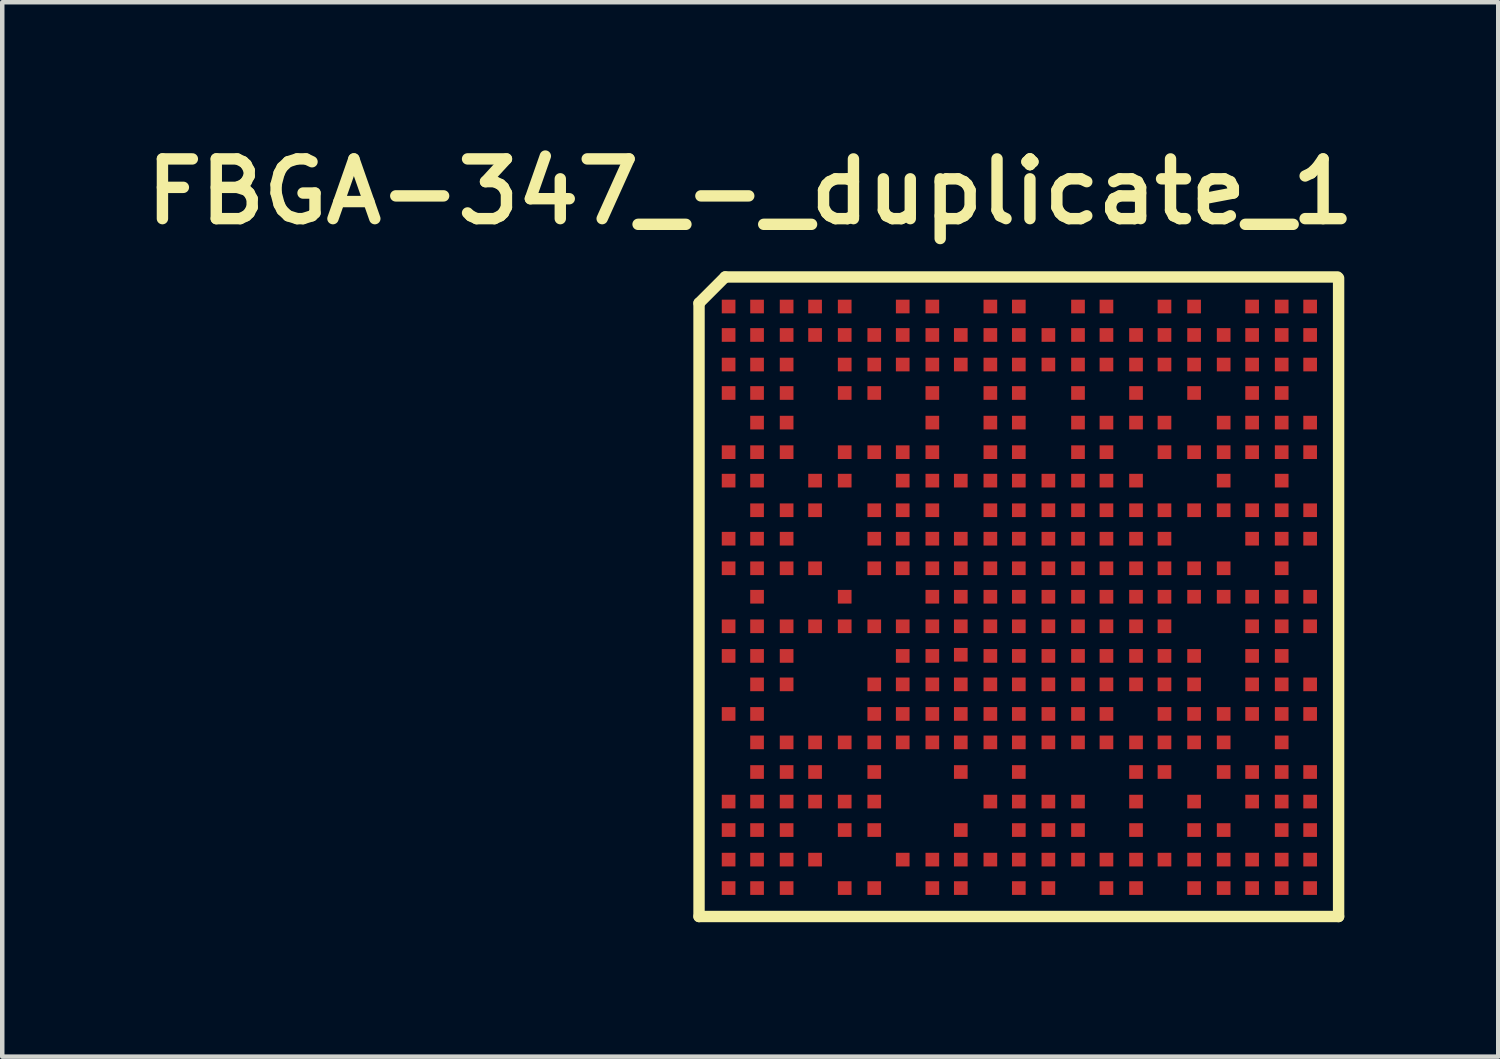
<source format=kicad_pcb>
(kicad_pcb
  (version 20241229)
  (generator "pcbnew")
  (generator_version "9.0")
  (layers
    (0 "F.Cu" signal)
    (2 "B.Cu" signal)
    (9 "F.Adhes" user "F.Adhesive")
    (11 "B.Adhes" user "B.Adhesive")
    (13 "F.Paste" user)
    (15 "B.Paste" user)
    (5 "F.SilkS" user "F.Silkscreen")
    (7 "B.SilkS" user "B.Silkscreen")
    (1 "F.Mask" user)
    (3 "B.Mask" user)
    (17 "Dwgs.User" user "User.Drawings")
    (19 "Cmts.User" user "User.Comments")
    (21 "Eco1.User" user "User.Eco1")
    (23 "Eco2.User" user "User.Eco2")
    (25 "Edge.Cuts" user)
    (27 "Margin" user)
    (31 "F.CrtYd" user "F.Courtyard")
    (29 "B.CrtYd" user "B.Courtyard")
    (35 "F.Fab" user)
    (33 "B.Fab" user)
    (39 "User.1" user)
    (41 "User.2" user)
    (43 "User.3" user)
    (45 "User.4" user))
  (footprint "FBGA-347_-_duplicate_1"
    (layer "F.Cu")
    (at 19.688 10.268)
    (property "Reference" "FBGA-347_-_duplicate_1" (at -5.994 -9.042 0) (unlocked yes) (layer "F.SilkS") (effects (font (size 1.333 1.402) (thickness 0.254))))
    (attr smd)
    (fp_line (start -7.137 -6.553) (end -6.553 -7.137) (stroke (width 0.254) (type solid)) (layer "F.SilkS"))
    (fp_line (start -7.137 7.137) (end -7.137 -6.553) (stroke (width 0.254) (type solid)) (layer "F.SilkS"))
    (fp_line (start -7.137 7.137) (end 7.137 7.137) (stroke (width 0.254) (type solid)) (layer "F.SilkS"))
    (fp_line (start -6.553 -7.137) (end 7.112 -7.137) (stroke (width 0.254) (type solid)) (layer "F.SilkS"))
    (fp_line (start 7.137 7.137) (end 7.137 -7.112) (stroke (width 0.254) (type solid)) (layer "F.SilkS"))
    (pad "A1" smd rect (at -6.477 -6.477) (size 0.305 0.305) (layers "F.Cu" "F.Mask" "F.Paste"))
    (pad "A2" smd rect (at -5.842 -6.477) (size 0.305 0.305) (layers "F.Cu" "F.Mask" "F.Paste"))
    (pad "A3" smd rect (at -5.182 -6.477) (size 0.305 0.305) (layers "F.Cu" "F.Mask" "F.Paste"))
    (pad "A4" smd rect (at -4.547 -6.477) (size 0.305 0.305) (layers "F.Cu" "F.Mask" "F.Paste"))
    (pad "A5" smd rect (at -3.886 -6.477) (size 0.305 0.305) (layers "F.Cu" "F.Mask" "F.Paste"))
    (pad "A7" smd rect (at -2.591 -6.477) (size 0.305 0.305) (layers "F.Cu" "F.Mask" "F.Paste"))
    (pad "A8" smd rect (at -1.93 -6.477) (size 0.305 0.305) (layers "F.Cu" "F.Mask" "F.Paste"))
    (pad "A10" smd rect (at -0.635 -6.477) (size 0.305 0.305) (layers "F.Cu" "F.Mask" "F.Paste"))
    (pad "A11" smd rect (at 0 -6.477) (size 0.305 0.305) (layers "F.Cu" "F.Mask" "F.Paste"))
    (pad "A13" smd rect (at 1.321 -6.477) (size 0.305 0.305) (layers "F.Cu" "F.Mask" "F.Paste"))
    (pad "A14" smd rect (at 1.956 -6.477) (size 0.305 0.305) (layers "F.Cu" "F.Mask" "F.Paste"))
    (pad "A16" smd rect (at 3.251 -6.477) (size 0.305 0.305) (layers "F.Cu" "F.Mask" "F.Paste"))
    (pad "A17" smd rect (at 3.912 -6.477) (size 0.305 0.305) (layers "F.Cu" "F.Mask" "F.Paste"))
    (pad "A19" smd rect (at 5.207 -6.477) (size 0.305 0.305) (layers "F.Cu" "F.Mask" "F.Paste"))
    (pad "A20" smd rect (at 5.867 -6.477) (size 0.305 0.305) (layers "F.Cu" "F.Mask" "F.Paste"))
    (pad "A21" smd rect (at 6.502 -6.477) (size 0.305 0.305) (layers "F.Cu" "F.Mask" "F.Paste"))
    (pad "AA1" smd rect (at -6.477 6.502) (size 0.305 0.305) (layers "F.Cu" "F.Mask" "F.Paste"))
    (pad "AA2" smd rect (at -5.842 6.502) (size 0.305 0.305) (layers "F.Cu" "F.Mask" "F.Paste"))
    (pad "AA3" smd rect (at -5.182 6.502) (size 0.305 0.305) (layers "F.Cu" "F.Mask" "F.Paste"))
    (pad "AA5" smd rect (at -3.886 6.502) (size 0.305 0.305) (layers "F.Cu" "F.Mask" "F.Paste"))
    (pad "AA6" smd rect (at -3.226 6.502) (size 0.305 0.305) (layers "F.Cu" "F.Mask" "F.Paste"))
    (pad "AA8" smd rect (at -1.93 6.502) (size 0.305 0.305) (layers "F.Cu" "F.Mask" "F.Paste"))
    (pad "AA9" smd rect (at -1.295 6.502) (size 0.305 0.305) (layers "F.Cu" "F.Mask" "F.Paste"))
    (pad "AA11" smd rect (at 0 6.502) (size 0.305 0.305) (layers "F.Cu" "F.Mask" "F.Paste"))
    (pad "AA12" smd rect (at 0.66 6.502) (size 0.305 0.305) (layers "F.Cu" "F.Mask" "F.Paste"))
    (pad "AA14" smd rect (at 1.956 6.502) (size 0.305 0.305) (layers "F.Cu" "F.Mask" "F.Paste"))
    (pad "AA15" smd rect (at 2.616 6.502) (size 0.305 0.305) (layers "F.Cu" "F.Mask" "F.Paste"))
    (pad "AA17" smd rect (at 3.912 6.502) (size 0.305 0.305) (layers "F.Cu" "F.Mask" "F.Paste"))
    (pad "AA18" smd rect (at 4.572 6.502) (size 0.305 0.305) (layers "F.Cu" "F.Mask" "F.Paste"))
    (pad "AA19" smd rect (at 5.207 6.502) (size 0.305 0.305) (layers "F.Cu" "F.Mask" "F.Paste"))
    (pad "AA20" smd rect (at 5.867 6.502) (size 0.305 0.305) (layers "F.Cu" "F.Mask" "F.Paste"))
    (pad "AA21" smd rect (at 6.502 6.502) (size 0.305 0.305) (layers "F.Cu" "F.Mask" "F.Paste"))
    (pad "B1" smd rect (at -6.477 -5.842) (size 0.305 0.305) (layers "F.Cu" "F.Mask" "F.Paste"))
    (pad "B2" smd rect (at -5.842 -5.842) (size 0.305 0.305) (layers "F.Cu" "F.Mask" "F.Paste"))
    (pad "B3" smd rect (at -5.182 -5.842) (size 0.305 0.305) (layers "F.Cu" "F.Mask" "F.Paste"))
    (pad "B4" smd rect (at -4.547 -5.842) (size 0.305 0.305) (layers "F.Cu" "F.Mask" "F.Paste"))
    (pad "B5" smd rect (at -3.886 -5.842) (size 0.305 0.305) (layers "F.Cu" "F.Mask" "F.Paste"))
    (pad "B6" smd rect (at -3.226 -5.842) (size 0.305 0.305) (layers "F.Cu" "F.Mask" "F.Paste"))
    (pad "B7" smd rect (at -2.591 -5.842) (size 0.305 0.305) (layers "F.Cu" "F.Mask" "F.Paste"))
    (pad "B8" smd rect (at -1.93 -5.842) (size 0.305 0.305) (layers "F.Cu" "F.Mask" "F.Paste"))
    (pad "B9" smd rect (at -1.295 -5.842) (size 0.305 0.305) (layers "F.Cu" "F.Mask" "F.Paste"))
    (pad "B10" smd rect (at -0.635 -5.842) (size 0.305 0.305) (layers "F.Cu" "F.Mask" "F.Paste"))
    (pad "B11" smd rect (at 0 -5.842) (size 0.305 0.305) (layers "F.Cu" "F.Mask" "F.Paste"))
    (pad "B12" smd rect (at 0.66 -5.842) (size 0.305 0.305) (layers "F.Cu" "F.Mask" "F.Paste"))
    (pad "B13" smd rect (at 1.321 -5.842) (size 0.305 0.305) (layers "F.Cu" "F.Mask" "F.Paste"))
    (pad "B14" smd rect (at 1.956 -5.842) (size 0.305 0.305) (layers "F.Cu" "F.Mask" "F.Paste"))
    (pad "B15" smd rect (at 2.616 -5.842) (size 0.305 0.305) (layers "F.Cu" "F.Mask" "F.Paste"))
    (pad "B16" smd rect (at 3.251 -5.842) (size 0.305 0.305) (layers "F.Cu" "F.Mask" "F.Paste"))
    (pad "B17" smd rect (at 3.912 -5.842) (size 0.305 0.305) (layers "F.Cu" "F.Mask" "F.Paste"))
    (pad "B18" smd rect (at 4.572 -5.842) (size 0.305 0.305) (layers "F.Cu" "F.Mask" "F.Paste"))
    (pad "B19" smd rect (at 5.207 -5.842) (size 0.305 0.305) (layers "F.Cu" "F.Mask" "F.Paste"))
    (pad "B20" smd rect (at 5.867 -5.842) (size 0.305 0.305) (layers "F.Cu" "F.Mask" "F.Paste"))
    (pad "B21" smd rect (at 6.502 -5.842) (size 0.305 0.305) (layers "F.Cu" "F.Mask" "F.Paste"))
    (pad "C1" smd rect (at -6.477 -5.182) (size 0.305 0.305) (layers "F.Cu" "F.Mask" "F.Paste"))
    (pad "C2" smd rect (at -5.842 -5.182) (size 0.305 0.305) (layers "F.Cu" "F.Mask" "F.Paste"))
    (pad "C3" smd rect (at -5.182 -5.182) (size 0.305 0.305) (layers "F.Cu" "F.Mask" "F.Paste"))
    (pad "C5" smd rect (at -3.886 -5.182) (size 0.305 0.305) (layers "F.Cu" "F.Mask" "F.Paste"))
    (pad "C6" smd rect (at -3.226 -5.182) (size 0.305 0.305) (layers "F.Cu" "F.Mask" "F.Paste"))
    (pad "C7" smd rect (at -2.591 -5.182) (size 0.305 0.305) (layers "F.Cu" "F.Mask" "F.Paste"))
    (pad "C8" smd rect (at -1.93 -5.182) (size 0.305 0.305) (layers "F.Cu" "F.Mask" "F.Paste"))
    (pad "C9" smd rect (at -1.295 -5.182) (size 0.305 0.305) (layers "F.Cu" "F.Mask" "F.Paste"))
    (pad "C10" smd rect (at -0.635 -5.182) (size 0.305 0.305) (layers "F.Cu" "F.Mask" "F.Paste"))
    (pad "C11" smd rect (at 0 -5.182) (size 0.305 0.305) (layers "F.Cu" "F.Mask" "F.Paste"))
    (pad "C12" smd rect (at 0.66 -5.182) (size 0.305 0.305) (layers "F.Cu" "F.Mask" "F.Paste"))
    (pad "C13" smd rect (at 1.321 -5.182) (size 0.305 0.305) (layers "F.Cu" "F.Mask" "F.Paste"))
    (pad "C14" smd rect (at 1.956 -5.182) (size 0.305 0.305) (layers "F.Cu" "F.Mask" "F.Paste"))
    (pad "C15" smd rect (at 2.616 -5.182) (size 0.305 0.305) (layers "F.Cu" "F.Mask" "F.Paste"))
    (pad "C16" smd rect (at 3.251 -5.182) (size 0.305 0.305) (layers "F.Cu" "F.Mask" "F.Paste"))
    (pad "C17" smd rect (at 3.912 -5.182) (size 0.305 0.305) (layers "F.Cu" "F.Mask" "F.Paste"))
    (pad "C18" smd rect (at 4.572 -5.182) (size 0.305 0.305) (layers "F.Cu" "F.Mask" "F.Paste"))
    (pad "C19" smd rect (at 5.207 -5.182) (size 0.305 0.305) (layers "F.Cu" "F.Mask" "F.Paste"))
    (pad "C20" smd rect (at 5.867 -5.182) (size 0.305 0.305) (layers "F.Cu" "F.Mask" "F.Paste"))
    (pad "C21" smd rect (at 6.502 -5.182) (size 0.305 0.305) (layers "F.Cu" "F.Mask" "F.Paste"))
    (pad "D1" smd rect (at -6.477 -4.547) (size 0.305 0.305) (layers "F.Cu" "F.Mask" "F.Paste"))
    (pad "D2" smd rect (at -5.842 -4.547) (size 0.305 0.305) (layers "F.Cu" "F.Mask" "F.Paste"))
    (pad "D3" smd rect (at -5.182 -4.547) (size 0.305 0.305) (layers "F.Cu" "F.Mask" "F.Paste"))
    (pad "D5" smd rect (at -3.886 -4.547) (size 0.305 0.305) (layers "F.Cu" "F.Mask" "F.Paste"))
    (pad "D6" smd rect (at -3.226 -4.547) (size 0.305 0.305) (layers "F.Cu" "F.Mask" "F.Paste"))
    (pad "D8" smd rect (at -1.93 -4.547) (size 0.305 0.305) (layers "F.Cu" "F.Mask" "F.Paste"))
    (pad "D10" smd rect (at -0.635 -4.547) (size 0.305 0.305) (layers "F.Cu" "F.Mask" "F.Paste"))
    (pad "D11" smd rect (at 0 -4.547) (size 0.305 0.305) (layers "F.Cu" "F.Mask" "F.Paste"))
    (pad "D13" smd rect (at 1.321 -4.547) (size 0.305 0.305) (layers "F.Cu" "F.Mask" "F.Paste"))
    (pad "D15" smd rect (at 2.616 -4.547) (size 0.305 0.305) (layers "F.Cu" "F.Mask" "F.Paste"))
    (pad "D17" smd rect (at 3.912 -4.547) (size 0.305 0.305) (layers "F.Cu" "F.Mask" "F.Paste"))
    (pad "D19" smd rect (at 5.207 -4.547) (size 0.305 0.305) (layers "F.Cu" "F.Mask" "F.Paste"))
    (pad "D20" smd rect (at 5.867 -4.547) (size 0.305 0.305) (layers "F.Cu" "F.Mask" "F.Paste"))
    (pad "E2" smd rect (at -5.842 -3.886) (size 0.305 0.305) (layers "F.Cu" "F.Mask" "F.Paste"))
    (pad "E3" smd rect (at -5.182 -3.886) (size 0.305 0.305) (layers "F.Cu" "F.Mask" "F.Paste"))
    (pad "E8" smd rect (at -1.93 -3.886) (size 0.305 0.305) (layers "F.Cu" "F.Mask" "F.Paste"))
    (pad "E10" smd rect (at -0.635 -3.886) (size 0.305 0.305) (layers "F.Cu" "F.Mask" "F.Paste"))
    (pad "E11" smd rect (at 0 -3.886) (size 0.305 0.305) (layers "F.Cu" "F.Mask" "F.Paste"))
    (pad "E13" smd rect (at 1.321 -3.886) (size 0.305 0.305) (layers "F.Cu" "F.Mask" "F.Paste"))
    (pad "E14" smd rect (at 1.956 -3.886) (size 0.305 0.305) (layers "F.Cu" "F.Mask" "F.Paste"))
    (pad "E15" smd rect (at 2.616 -3.886) (size 0.305 0.305) (layers "F.Cu" "F.Mask" "F.Paste"))
    (pad "E16" smd rect (at 3.251 -3.886) (size 0.305 0.305) (layers "F.Cu" "F.Mask" "F.Paste"))
    (pad "E18" smd rect (at 4.572 -3.886) (size 0.305 0.305) (layers "F.Cu" "F.Mask" "F.Paste"))
    (pad "E19" smd rect (at 5.207 -3.886) (size 0.305 0.305) (layers "F.Cu" "F.Mask" "F.Paste"))
    (pad "E20" smd rect (at 5.867 -3.886) (size 0.305 0.305) (layers "F.Cu" "F.Mask" "F.Paste"))
    (pad "E21" smd rect (at 6.502 -3.886) (size 0.305 0.305) (layers "F.Cu" "F.Mask" "F.Paste"))
    (pad "F1" smd rect (at -6.477 -3.226) (size 0.305 0.305) (layers "F.Cu" "F.Mask" "F.Paste"))
    (pad "F2" smd rect (at -5.842 -3.226) (size 0.305 0.305) (layers "F.Cu" "F.Mask" "F.Paste"))
    (pad "F3" smd rect (at -5.182 -3.226) (size 0.305 0.305) (layers "F.Cu" "F.Mask" "F.Paste"))
    (pad "F5" smd rect (at -3.886 -3.226) (size 0.305 0.305) (layers "F.Cu" "F.Mask" "F.Paste"))
    (pad "F6" smd rect (at -3.226 -3.226) (size 0.305 0.305) (layers "F.Cu" "F.Mask" "F.Paste"))
    (pad "F7" smd rect (at -2.591 -3.226) (size 0.305 0.305) (layers "F.Cu" "F.Mask" "F.Paste"))
    (pad "F8" smd rect (at -1.93 -3.226) (size 0.305 0.305) (layers "F.Cu" "F.Mask" "F.Paste"))
    (pad "F10" smd rect (at -0.635 -3.226) (size 0.305 0.305) (layers "F.Cu" "F.Mask" "F.Paste"))
    (pad "F11" smd rect (at 0 -3.226) (size 0.305 0.305) (layers "F.Cu" "F.Mask" "F.Paste"))
    (pad "F13" smd rect (at 1.321 -3.226) (size 0.305 0.305) (layers "F.Cu" "F.Mask" "F.Paste"))
    (pad "F14" smd rect (at 1.956 -3.226) (size 0.305 0.305) (layers "F.Cu" "F.Mask" "F.Paste"))
    (pad "F16" smd rect (at 3.251 -3.226) (size 0.305 0.305) (layers "F.Cu" "F.Mask" "F.Paste"))
    (pad "F17" smd rect (at 3.912 -3.226) (size 0.305 0.305) (layers "F.Cu" "F.Mask" "F.Paste"))
    (pad "F18" smd rect (at 4.572 -3.226) (size 0.305 0.305) (layers "F.Cu" "F.Mask" "F.Paste"))
    (pad "F19" smd rect (at 5.207 -3.226) (size 0.305 0.305) (layers "F.Cu" "F.Mask" "F.Paste"))
    (pad "F20" smd rect (at 5.867 -3.226) (size 0.305 0.305) (layers "F.Cu" "F.Mask" "F.Paste"))
    (pad "F21" smd rect (at 6.502 -3.226) (size 0.305 0.305) (layers "F.Cu" "F.Mask" "F.Paste"))
    (pad "G1" smd rect (at -6.477 -2.591) (size 0.305 0.305) (layers "F.Cu" "F.Mask" "F.Paste"))
    (pad "G2" smd rect (at -5.842 -2.591) (size 0.305 0.305) (layers "F.Cu" "F.Mask" "F.Paste"))
    (pad "G4" smd rect (at -4.547 -2.591) (size 0.305 0.305) (layers "F.Cu" "F.Mask" "F.Paste"))
    (pad "G5" smd rect (at -3.886 -2.591) (size 0.305 0.305) (layers "F.Cu" "F.Mask" "F.Paste"))
    (pad "G7" smd rect (at -2.591 -2.591) (size 0.305 0.305) (layers "F.Cu" "F.Mask" "F.Paste"))
    (pad "G8" smd rect (at -1.93 -2.591) (size 0.305 0.305) (layers "F.Cu" "F.Mask" "F.Paste"))
    (pad "G9" smd rect (at -1.295 -2.591) (size 0.305 0.305) (layers "F.Cu" "F.Mask" "F.Paste"))
    (pad "G10" smd rect (at -0.635 -2.591) (size 0.305 0.305) (layers "F.Cu" "F.Mask" "F.Paste"))
    (pad "G11" smd rect (at 0 -2.591) (size 0.305 0.305) (layers "F.Cu" "F.Mask" "F.Paste"))
    (pad "G12" smd rect (at 0.66 -2.591) (size 0.305 0.305) (layers "F.Cu" "F.Mask" "F.Paste"))
    (pad "G13" smd rect (at 1.321 -2.591) (size 0.305 0.305) (layers "F.Cu" "F.Mask" "F.Paste"))
    (pad "G14" smd rect (at 1.956 -2.591) (size 0.305 0.305) (layers "F.Cu" "F.Mask" "F.Paste"))
    (pad "G15" smd rect (at 2.616 -2.591) (size 0.305 0.305) (layers "F.Cu" "F.Mask" "F.Paste"))
    (pad "G18" smd rect (at 4.572 -2.591) (size 0.305 0.305) (layers "F.Cu" "F.Mask" "F.Paste"))
    (pad "G20" smd rect (at 5.867 -2.591) (size 0.305 0.305) (layers "F.Cu" "F.Mask" "F.Paste"))
    (pad "H2" smd rect (at -5.842 -1.93) (size 0.305 0.305) (layers "F.Cu" "F.Mask" "F.Paste"))
    (pad "H3" smd rect (at -5.182 -1.93) (size 0.305 0.305) (layers "F.Cu" "F.Mask" "F.Paste"))
    (pad "H4" smd rect (at -4.547 -1.93) (size 0.305 0.305) (layers "F.Cu" "F.Mask" "F.Paste"))
    (pad "H6" smd rect (at -3.226 -1.93) (size 0.305 0.305) (layers "F.Cu" "F.Mask" "F.Paste"))
    (pad "H7" smd rect (at -2.591 -1.93) (size 0.305 0.305) (layers "F.Cu" "F.Mask" "F.Paste"))
    (pad "H8" smd rect (at -1.93 -1.93) (size 0.305 0.305) (layers "F.Cu" "F.Mask" "F.Paste"))
    (pad "H10" smd rect (at -0.635 -1.93) (size 0.305 0.305) (layers "F.Cu" "F.Mask" "F.Paste"))
    (pad "H11" smd rect (at 0 -1.93) (size 0.305 0.305) (layers "F.Cu" "F.Mask" "F.Paste"))
    (pad "H12" smd rect (at 0.66 -1.93) (size 0.305 0.305) (layers "F.Cu" "F.Mask" "F.Paste"))
    (pad "H13" smd rect (at 1.321 -1.93) (size 0.305 0.305) (layers "F.Cu" "F.Mask" "F.Paste"))
    (pad "H14" smd rect (at 1.956 -1.93) (size 0.305 0.305) (layers "F.Cu" "F.Mask" "F.Paste"))
    (pad "H15" smd rect (at 2.616 -1.93) (size 0.305 0.305) (layers "F.Cu" "F.Mask" "F.Paste"))
    (pad "H16" smd rect (at 3.251 -1.93) (size 0.305 0.305) (layers "F.Cu" "F.Mask" "F.Paste"))
    (pad "H17" smd rect (at 3.912 -1.93) (size 0.305 0.305) (layers "F.Cu" "F.Mask" "F.Paste"))
    (pad "H18" smd rect (at 4.572 -1.93) (size 0.305 0.305) (layers "F.Cu" "F.Mask" "F.Paste"))
    (pad "H19" smd rect (at 5.207 -1.93) (size 0.305 0.305) (layers "F.Cu" "F.Mask" "F.Paste"))
    (pad "H20" smd rect (at 5.867 -1.93) (size 0.305 0.305) (layers "F.Cu" "F.Mask" "F.Paste"))
    (pad "H21" smd rect (at 6.502 -1.93) (size 0.305 0.305) (layers "F.Cu" "F.Mask" "F.Paste"))
    (pad "J1" smd rect (at -6.477 -1.295) (size 0.305 0.305) (layers "F.Cu" "F.Mask" "F.Paste"))
    (pad "J2" smd rect (at -5.842 -1.295) (size 0.305 0.305) (layers "F.Cu" "F.Mask" "F.Paste"))
    (pad "J3" smd rect (at -5.182 -1.295) (size 0.305 0.305) (layers "F.Cu" "F.Mask" "F.Paste"))
    (pad "J6" smd rect (at -3.226 -1.295) (size 0.305 0.305) (layers "F.Cu" "F.Mask" "F.Paste"))
    (pad "J7" smd rect (at -2.591 -1.295) (size 0.305 0.305) (layers "F.Cu" "F.Mask" "F.Paste"))
    (pad "J8" smd rect (at -1.93 -1.295) (size 0.305 0.305) (layers "F.Cu" "F.Mask" "F.Paste"))
    (pad "J9" smd rect (at -1.295 -1.295) (size 0.305 0.305) (layers "F.Cu" "F.Mask" "F.Paste"))
    (pad "J10" smd rect (at -0.635 -1.295) (size 0.305 0.305) (layers "F.Cu" "F.Mask" "F.Paste"))
    (pad "J11" smd rect (at 0 -1.295) (size 0.305 0.305) (layers "F.Cu" "F.Mask" "F.Paste"))
    (pad "J12" smd rect (at 0.66 -1.295) (size 0.305 0.305) (layers "F.Cu" "F.Mask" "F.Paste"))
    (pad "J13" smd rect (at 1.321 -1.295) (size 0.305 0.305) (layers "F.Cu" "F.Mask" "F.Paste"))
    (pad "J14" smd rect (at 1.956 -1.295) (size 0.305 0.305) (layers "F.Cu" "F.Mask" "F.Paste"))
    (pad "J15" smd rect (at 2.616 -1.295) (size 0.305 0.305) (layers "F.Cu" "F.Mask" "F.Paste"))
    (pad "J16" smd rect (at 3.251 -1.295) (size 0.305 0.305) (layers "F.Cu" "F.Mask" "F.Paste"))
    (pad "J19" smd rect (at 5.207 -1.295) (size 0.305 0.305) (layers "F.Cu" "F.Mask" "F.Paste"))
    (pad "J20" smd rect (at 5.867 -1.295) (size 0.305 0.305) (layers "F.Cu" "F.Mask" "F.Paste"))
    (pad "J21" smd rect (at 6.502 -1.295) (size 0.305 0.305) (layers "F.Cu" "F.Mask" "F.Paste"))
    (pad "K1" smd rect (at -6.477 -0.635) (size 0.305 0.305) (layers "F.Cu" "F.Mask" "F.Paste"))
    (pad "K2" smd rect (at -5.842 -0.635) (size 0.305 0.305) (layers "F.Cu" "F.Mask" "F.Paste"))
    (pad "K3" smd rect (at -5.182 -0.635) (size 0.305 0.305) (layers "F.Cu" "F.Mask" "F.Paste"))
    (pad "K4" smd rect (at -4.547 -0.635) (size 0.305 0.305) (layers "F.Cu" "F.Mask" "F.Paste"))
    (pad "K6" smd rect (at -3.226 -0.635) (size 0.305 0.305) (layers "F.Cu" "F.Mask" "F.Paste"))
    (pad "K7" smd rect (at -2.591 -0.635) (size 0.305 0.305) (layers "F.Cu" "F.Mask" "F.Paste"))
    (pad "K8" smd rect (at -1.93 -0.635) (size 0.305 0.305) (layers "F.Cu" "F.Mask" "F.Paste"))
    (pad "K9" smd rect (at -1.295 -0.635) (size 0.305 0.305) (layers "F.Cu" "F.Mask" "F.Paste"))
    (pad "K10" smd rect (at -0.635 -0.635) (size 0.305 0.305) (layers "F.Cu" "F.Mask" "F.Paste"))
    (pad "K11" smd rect (at 0 -0.635) (size 0.305 0.305) (layers "F.Cu" "F.Mask" "F.Paste"))
    (pad "K12" smd rect (at 0.66 -0.635) (size 0.305 0.305) (layers "F.Cu" "F.Mask" "F.Paste"))
    (pad "K13" smd rect (at 1.321 -0.635) (size 0.305 0.305) (layers "F.Cu" "F.Mask" "F.Paste"))
    (pad "K14" smd rect (at 1.956 -0.635) (size 0.305 0.305) (layers "F.Cu" "F.Mask" "F.Paste"))
    (pad "K15" smd rect (at 2.616 -0.635) (size 0.305 0.305) (layers "F.Cu" "F.Mask" "F.Paste"))
    (pad "K16" smd rect (at 3.251 -0.635) (size 0.305 0.305) (layers "F.Cu" "F.Mask" "F.Paste"))
    (pad "K17" smd rect (at 3.912 -0.635) (size 0.305 0.305) (layers "F.Cu" "F.Mask" "F.Paste"))
    (pad "K18" smd rect (at 4.572 -0.635) (size 0.305 0.305) (layers "F.Cu" "F.Mask" "F.Paste"))
    (pad "K20" smd rect (at 5.867 -0.635) (size 0.305 0.305) (layers "F.Cu" "F.Mask" "F.Paste"))
    (pad "L2" smd rect (at -5.842 0) (size 0.305 0.305) (layers "F.Cu" "F.Mask" "F.Paste"))
    (pad "L5" smd rect (at -3.886 0) (size 0.305 0.305) (layers "F.Cu" "F.Mask" "F.Paste"))
    (pad "L8" smd rect (at -1.93 0) (size 0.305 0.305) (layers "F.Cu" "F.Mask" "F.Paste"))
    (pad "L9" smd rect (at -1.295 0) (size 0.305 0.305) (layers "F.Cu" "F.Mask" "F.Paste"))
    (pad "L10" smd rect (at -0.635 0) (size 0.305 0.305) (layers "F.Cu" "F.Mask" "F.Paste"))
    (pad "L11" smd rect (at 0 0) (size 0.305 0.305) (layers "F.Cu" "F.Mask" "F.Paste"))
    (pad "L12" smd rect (at 0.66 0) (size 0.305 0.305) (layers "F.Cu" "F.Mask" "F.Paste"))
    (pad "L13" smd rect (at 1.321 0) (size 0.305 0.305) (layers "F.Cu" "F.Mask" "F.Paste"))
    (pad "L14" smd rect (at 1.956 0) (size 0.305 0.305) (layers "F.Cu" "F.Mask" "F.Paste"))
    (pad "L15" smd rect (at 2.616 0) (size 0.305 0.305) (layers "F.Cu" "F.Mask" "F.Paste"))
    (pad "L16" smd rect (at 3.251 0) (size 0.305 0.305) (layers "F.Cu" "F.Mask" "F.Paste"))
    (pad "L17" smd rect (at 3.912 0) (size 0.305 0.305) (layers "F.Cu" "F.Mask" "F.Paste"))
    (pad "L18" smd rect (at 4.572 0) (size 0.305 0.305) (layers "F.Cu" "F.Mask" "F.Paste"))
    (pad "L19" smd rect (at 5.207 0) (size 0.305 0.305) (layers "F.Cu" "F.Mask" "F.Paste"))
    (pad "L20" smd rect (at 5.867 0) (size 0.305 0.305) (layers "F.Cu" "F.Mask" "F.Paste"))
    (pad "L21" smd rect (at 6.502 0) (size 0.305 0.305) (layers "F.Cu" "F.Mask" "F.Paste"))
    (pad "M1" smd rect (at -6.477 0.66) (size 0.305 0.305) (layers "F.Cu" "F.Mask" "F.Paste"))
    (pad "M2" smd rect (at -5.842 0.66) (size 0.305 0.305) (layers "F.Cu" "F.Mask" "F.Paste"))
    (pad "M3" smd rect (at -5.182 0.66) (size 0.305 0.305) (layers "F.Cu" "F.Mask" "F.Paste"))
    (pad "M4" smd rect (at -4.547 0.66) (size 0.305 0.305) (layers "F.Cu" "F.Mask" "F.Paste"))
    (pad "M5" smd rect (at -3.886 0.66) (size 0.305 0.305) (layers "F.Cu" "F.Mask" "F.Paste"))
    (pad "M6" smd rect (at -3.226 0.66) (size 0.305 0.305) (layers "F.Cu" "F.Mask" "F.Paste"))
    (pad "M7" smd rect (at -2.591 0.66) (size 0.305 0.305) (layers "F.Cu" "F.Mask" "F.Paste"))
    (pad "M8" smd rect (at -1.93 0.66) (size 0.305 0.305) (layers "F.Cu" "F.Mask" "F.Paste"))
    (pad "M9" smd rect (at -1.295 0.66) (size 0.305 0.305) (layers "F.Cu" "F.Mask" "F.Paste"))
    (pad "M10" smd rect (at -0.635 0.66) (size 0.305 0.305) (layers "F.Cu" "F.Mask" "F.Paste"))
    (pad "M11" smd rect (at 0 0.66) (size 0.305 0.305) (layers "F.Cu" "F.Mask" "F.Paste"))
    (pad "M12" smd rect (at 0.66 0.66) (size 0.305 0.305) (layers "F.Cu" "F.Mask" "F.Paste"))
    (pad "M13" smd rect (at 1.321 0.66) (size 0.305 0.305) (layers "F.Cu" "F.Mask" "F.Paste"))
    (pad "M14" smd rect (at 1.956 0.66) (size 0.305 0.305) (layers "F.Cu" "F.Mask" "F.Paste"))
    (pad "M15" smd rect (at 2.616 0.66) (size 0.305 0.305) (layers "F.Cu" "F.Mask" "F.Paste"))
    (pad "M16" smd rect (at 3.251 0.66) (size 0.305 0.305) (layers "F.Cu" "F.Mask" "F.Paste"))
    (pad "M19" smd rect (at 5.207 0.66) (size 0.305 0.305) (layers "F.Cu" "F.Mask" "F.Paste"))
    (pad "M20" smd rect (at 5.867 0.66) (size 0.305 0.305) (layers "F.Cu" "F.Mask" "F.Paste"))
    (pad "M21" smd rect (at 6.502 0.66) (size 0.305 0.305) (layers "F.Cu" "F.Mask" "F.Paste"))
    (pad "N1" smd rect (at -6.477 1.321) (size 0.305 0.305) (layers "F.Cu" "F.Mask" "F.Paste"))
    (pad "N2" smd rect (at -5.842 1.321) (size 0.305 0.305) (layers "F.Cu" "F.Mask" "F.Paste"))
    (pad "N3" smd rect (at -5.182 1.321) (size 0.305 0.305) (layers "F.Cu" "F.Mask" "F.Paste"))
    (pad "N7" smd rect (at -2.591 1.321) (size 0.305 0.305) (layers "F.Cu" "F.Mask" "F.Paste"))
    (pad "N8" smd rect (at -1.93 1.321) (size 0.305 0.305) (layers "F.Cu" "F.Mask" "F.Paste"))
    (pad "N9" smd rect (at -1.295 1.295) (size 0.305 0.305) (layers "F.Cu" "F.Mask" "F.Paste"))
    (pad "N10" smd rect (at -0.635 1.321) (size 0.305 0.305) (layers "F.Cu" "F.Mask" "F.Paste"))
    (pad "N11" smd rect (at 0 1.321) (size 0.305 0.305) (layers "F.Cu" "F.Mask" "F.Paste"))
    (pad "N12" smd rect (at 0.66 1.321) (size 0.305 0.305) (layers "F.Cu" "F.Mask" "F.Paste"))
    (pad "N13" smd rect (at 1.321 1.321) (size 0.305 0.305) (layers "F.Cu" "F.Mask" "F.Paste"))
    (pad "N14" smd rect (at 1.956 1.321) (size 0.305 0.305) (layers "F.Cu" "F.Mask" "F.Paste"))
    (pad "N15" smd rect (at 2.616 1.321) (size 0.305 0.305) (layers "F.Cu" "F.Mask" "F.Paste"))
    (pad "N16" smd rect (at 3.251 1.321) (size 0.305 0.305) (layers "F.Cu" "F.Mask" "F.Paste"))
    (pad "N17" smd rect (at 3.912 1.321) (size 0.305 0.305) (layers "F.Cu" "F.Mask" "F.Paste"))
    (pad "N19" smd rect (at 5.207 1.321) (size 0.305 0.305) (layers "F.Cu" "F.Mask" "F.Paste"))
    (pad "N20" smd rect (at 5.867 1.321) (size 0.305 0.305) (layers "F.Cu" "F.Mask" "F.Paste"))
    (pad "P2" smd rect (at -5.842 1.956) (size 0.305 0.305) (layers "F.Cu" "F.Mask" "F.Paste"))
    (pad "P3" smd rect (at -5.182 1.956) (size 0.305 0.305) (layers "F.Cu" "F.Mask" "F.Paste"))
    (pad "P6" smd rect (at -3.226 1.956) (size 0.305 0.305) (layers "F.Cu" "F.Mask" "F.Paste"))
    (pad "P7" smd rect (at -2.591 1.956) (size 0.305 0.305) (layers "F.Cu" "F.Mask" "F.Paste"))
    (pad "P8" smd rect (at -1.93 1.956) (size 0.305 0.305) (layers "F.Cu" "F.Mask" "F.Paste"))
    (pad "P9" smd rect (at -1.295 1.956) (size 0.305 0.305) (layers "F.Cu" "F.Mask" "F.Paste"))
    (pad "P10" smd rect (at -0.635 1.956) (size 0.305 0.305) (layers "F.Cu" "F.Mask" "F.Paste"))
    (pad "P11" smd rect (at 0 1.956) (size 0.305 0.305) (layers "F.Cu" "F.Mask" "F.Paste"))
    (pad "P12" smd rect (at 0.66 1.956) (size 0.305 0.305) (layers "F.Cu" "F.Mask" "F.Paste"))
    (pad "P13" smd rect (at 1.321 1.956) (size 0.305 0.305) (layers "F.Cu" "F.Mask" "F.Paste"))
    (pad "P14" smd rect (at 1.956 1.956) (size 0.305 0.305) (layers "F.Cu" "F.Mask" "F.Paste"))
    (pad "P15" smd rect (at 2.616 1.956) (size 0.305 0.305) (layers "F.Cu" "F.Mask" "F.Paste"))
    (pad "P16" smd rect (at 3.251 1.956) (size 0.305 0.305) (layers "F.Cu" "F.Mask" "F.Paste"))
    (pad "P17" smd rect (at 3.912 1.956) (size 0.305 0.305) (layers "F.Cu" "F.Mask" "F.Paste"))
    (pad "P19" smd rect (at 5.207 1.956) (size 0.305 0.305) (layers "F.Cu" "F.Mask" "F.Paste"))
    (pad "P20" smd rect (at 5.867 1.956) (size 0.305 0.305) (layers "F.Cu" "F.Mask" "F.Paste"))
    (pad "P21" smd rect (at 6.502 1.956) (size 0.305 0.305) (layers "F.Cu" "F.Mask" "F.Paste"))
    (pad "R1" smd rect (at -6.477 2.616) (size 0.305 0.305) (layers "F.Cu" "F.Mask" "F.Paste"))
    (pad "R2" smd rect (at -5.842 2.616) (size 0.305 0.305) (layers "F.Cu" "F.Mask" "F.Paste"))
    (pad "R6" smd rect (at -3.226 2.616) (size 0.305 0.305) (layers "F.Cu" "F.Mask" "F.Paste"))
    (pad "R7" smd rect (at -2.591 2.616) (size 0.305 0.305) (layers "F.Cu" "F.Mask" "F.Paste"))
    (pad "R8" smd rect (at -1.93 2.616) (size 0.305 0.305) (layers "F.Cu" "F.Mask" "F.Paste"))
    (pad "R9" smd rect (at -1.295 2.616) (size 0.305 0.305) (layers "F.Cu" "F.Mask" "F.Paste"))
    (pad "R10" smd rect (at -0.635 2.616) (size 0.305 0.305) (layers "F.Cu" "F.Mask" "F.Paste"))
    (pad "R11" smd rect (at 0 2.616) (size 0.305 0.305) (layers "F.Cu" "F.Mask" "F.Paste"))
    (pad "R12" smd rect (at 0.66 2.616) (size 0.305 0.305) (layers "F.Cu" "F.Mask" "F.Paste"))
    (pad "R13" smd rect (at 1.321 2.616) (size 0.305 0.305) (layers "F.Cu" "F.Mask" "F.Paste"))
    (pad "R14" smd rect (at 1.956 2.616) (size 0.305 0.305) (layers "F.Cu" "F.Mask" "F.Paste"))
    (pad "R16" smd rect (at 3.251 2.616) (size 0.305 0.305) (layers "F.Cu" "F.Mask" "F.Paste"))
    (pad "R17" smd rect (at 3.912 2.616) (size 0.305 0.305) (layers "F.Cu" "F.Mask" "F.Paste"))
    (pad "R18" smd rect (at 4.572 2.616) (size 0.305 0.305) (layers "F.Cu" "F.Mask" "F.Paste"))
    (pad "R19" smd rect (at 5.207 2.616) (size 0.305 0.305) (layers "F.Cu" "F.Mask" "F.Paste"))
    (pad "R20" smd rect (at 5.867 2.616) (size 0.305 0.305) (layers "F.Cu" "F.Mask" "F.Paste"))
    (pad "R21" smd rect (at 6.502 2.616) (size 0.305 0.305) (layers "F.Cu" "F.Mask" "F.Paste"))
    (pad "T2" smd rect (at -5.842 3.251) (size 0.305 0.305) (layers "F.Cu" "F.Mask" "F.Paste"))
    (pad "T3" smd rect (at -5.182 3.251) (size 0.305 0.305) (layers "F.Cu" "F.Mask" "F.Paste"))
    (pad "T4" smd rect (at -4.547 3.251) (size 0.305 0.305) (layers "F.Cu" "F.Mask" "F.Paste"))
    (pad "T5" smd rect (at -3.886 3.251) (size 0.305 0.305) (layers "F.Cu" "F.Mask" "F.Paste"))
    (pad "T6" smd rect (at -3.226 3.251) (size 0.305 0.305) (layers "F.Cu" "F.Mask" "F.Paste"))
    (pad "T7" smd rect (at -2.591 3.251) (size 0.305 0.305) (layers "F.Cu" "F.Mask" "F.Paste"))
    (pad "T8" smd rect (at -1.93 3.251) (size 0.305 0.305) (layers "F.Cu" "F.Mask" "F.Paste"))
    (pad "T9" smd rect (at -1.295 3.251) (size 0.305 0.305) (layers "F.Cu" "F.Mask" "F.Paste"))
    (pad "T10" smd rect (at -0.635 3.251) (size 0.305 0.305) (layers "F.Cu" "F.Mask" "F.Paste"))
    (pad "T11" smd rect (at 0 3.251) (size 0.305 0.305) (layers "F.Cu" "F.Mask" "F.Paste"))
    (pad "T12" smd rect (at 0.66 3.251) (size 0.305 0.305) (layers "F.Cu" "F.Mask" "F.Paste"))
    (pad "T13" smd rect (at 1.321 3.251) (size 0.305 0.305) (layers "F.Cu" "F.Mask" "F.Paste"))
    (pad "T14" smd rect (at 1.956 3.251) (size 0.305 0.305) (layers "F.Cu" "F.Mask" "F.Paste"))
    (pad "T15" smd rect (at 2.616 3.251) (size 0.305 0.305) (layers "F.Cu" "F.Mask" "F.Paste"))
    (pad "T16" smd rect (at 3.251 3.251) (size 0.305 0.305) (layers "F.Cu" "F.Mask" "F.Paste"))
    (pad "T17" smd rect (at 3.912 3.251) (size 0.305 0.305) (layers "F.Cu" "F.Mask" "F.Paste"))
    (pad "T18" smd rect (at 4.572 3.251) (size 0.305 0.305) (layers "F.Cu" "F.Mask" "F.Paste"))
    (pad "T20" smd rect (at 5.867 3.251) (size 0.305 0.305) (layers "F.Cu" "F.Mask" "F.Paste"))
    (pad "U2" smd rect (at -5.842 3.912) (size 0.305 0.305) (layers "F.Cu" "F.Mask" "F.Paste"))
    (pad "U3" smd rect (at -5.182 3.912) (size 0.305 0.305) (layers "F.Cu" "F.Mask" "F.Paste"))
    (pad "U4" smd rect (at -4.547 3.912) (size 0.305 0.305) (layers "F.Cu" "F.Mask" "F.Paste"))
    (pad "U6" smd rect (at -3.226 3.912) (size 0.305 0.305) (layers "F.Cu" "F.Mask" "F.Paste"))
    (pad "U9" smd rect (at -1.295 3.912) (size 0.305 0.305) (layers "F.Cu" "F.Mask" "F.Paste"))
    (pad "U11" smd rect (at 0 3.912) (size 0.305 0.305) (layers "F.Cu" "F.Mask" "F.Paste"))
    (pad "U15" smd rect (at 2.616 3.912) (size 0.305 0.305) (layers "F.Cu" "F.Mask" "F.Paste"))
    (pad "U16" smd rect (at 3.251 3.912) (size 0.305 0.305) (layers "F.Cu" "F.Mask" "F.Paste"))
    (pad "U18" smd rect (at 4.572 3.912) (size 0.305 0.305) (layers "F.Cu" "F.Mask" "F.Paste"))
    (pad "U19" smd rect (at 5.207 3.912) (size 0.305 0.305) (layers "F.Cu" "F.Mask" "F.Paste"))
    (pad "U20" smd rect (at 5.867 3.912) (size 0.305 0.305) (layers "F.Cu" "F.Mask" "F.Paste"))
    (pad "U21" smd rect (at 6.502 3.912) (size 0.305 0.305) (layers "F.Cu" "F.Mask" "F.Paste"))
    (pad "V1" smd rect (at -6.477 4.572) (size 0.305 0.305) (layers "F.Cu" "F.Mask" "F.Paste"))
    (pad "V2" smd rect (at -5.842 4.572) (size 0.305 0.305) (layers "F.Cu" "F.Mask" "F.Paste"))
    (pad "V3" smd rect (at -5.182 4.572) (size 0.305 0.305) (layers "F.Cu" "F.Mask" "F.Paste"))
    (pad "V4" smd rect (at -4.547 4.572) (size 0.305 0.305) (layers "F.Cu" "F.Mask" "F.Paste"))
    (pad "V5" smd rect (at -3.886 4.572) (size 0.305 0.305) (layers "F.Cu" "F.Mask" "F.Paste"))
    (pad "V6" smd rect (at -3.226 4.572) (size 0.305 0.305) (layers "F.Cu" "F.Mask" "F.Paste"))
    (pad "V10" smd rect (at -0.635 4.572) (size 0.305 0.305) (layers "F.Cu" "F.Mask" "F.Paste"))
    (pad "V11" smd rect (at 0 4.572) (size 0.305 0.305) (layers "F.Cu" "F.Mask" "F.Paste"))
    (pad "V12" smd rect (at 0.66 4.572) (size 0.305 0.305) (layers "F.Cu" "F.Mask" "F.Paste"))
    (pad "V13" smd rect (at 1.321 4.572) (size 0.305 0.305) (layers "F.Cu" "F.Mask" "F.Paste"))
    (pad "V15" smd rect (at 2.616 4.572) (size 0.305 0.305) (layers "F.Cu" "F.Mask" "F.Paste"))
    (pad "V17" smd rect (at 3.912 4.572) (size 0.305 0.305) (layers "F.Cu" "F.Mask" "F.Paste"))
    (pad "V19" smd rect (at 5.207 4.572) (size 0.305 0.305) (layers "F.Cu" "F.Mask" "F.Paste"))
    (pad "V20" smd rect (at 5.867 4.572) (size 0.305 0.305) (layers "F.Cu" "F.Mask" "F.Paste"))
    (pad "V21" smd rect (at 6.502 4.572) (size 0.305 0.305) (layers "F.Cu" "F.Mask" "F.Paste"))
    (pad "W1" smd rect (at -6.477 5.207) (size 0.305 0.305) (layers "F.Cu" "F.Mask" "F.Paste"))
    (pad "W2" smd rect (at -5.842 5.207) (size 0.305 0.305) (layers "F.Cu" "F.Mask" "F.Paste"))
    (pad "W3" smd rect (at -5.182 5.207) (size 0.305 0.305) (layers "F.Cu" "F.Mask" "F.Paste"))
    (pad "W5" smd rect (at -3.886 5.207) (size 0.305 0.305) (layers "F.Cu" "F.Mask" "F.Paste"))
    (pad "W6" smd rect (at -3.226 5.207) (size 0.305 0.305) (layers "F.Cu" "F.Mask" "F.Paste"))
    (pad "W9" smd rect (at -1.295 5.207) (size 0.305 0.305) (layers "F.Cu" "F.Mask" "F.Paste"))
    (pad "W11" smd rect (at 0 5.207) (size 0.305 0.305) (layers "F.Cu" "F.Mask" "F.Paste"))
    (pad "W12" smd rect (at 0.66 5.207) (size 0.305 0.305) (layers "F.Cu" "F.Mask" "F.Paste"))
    (pad "W13" smd rect (at 1.321 5.207) (size 0.305 0.305) (layers "F.Cu" "F.Mask" "F.Paste"))
    (pad "W15" smd rect (at 2.616 5.207) (size 0.305 0.305) (layers "F.Cu" "F.Mask" "F.Paste"))
    (pad "W17" smd rect (at 3.912 5.207) (size 0.305 0.305) (layers "F.Cu" "F.Mask" "F.Paste"))
    (pad "W18" smd rect (at 4.572 5.207) (size 0.305 0.305) (layers "F.Cu" "F.Mask" "F.Paste"))
    (pad "W20" smd rect (at 5.867 5.207) (size 0.305 0.305) (layers "F.Cu" "F.Mask" "F.Paste"))
    (pad "W21" smd rect (at 6.502 5.207) (size 0.305 0.305) (layers "F.Cu" "F.Mask" "F.Paste"))
    (pad "Y1" smd rect (at -6.477 5.867) (size 0.305 0.305) (layers "F.Cu" "F.Mask" "F.Paste"))
    (pad "Y2" smd rect (at -5.842 5.867) (size 0.305 0.305) (layers "F.Cu" "F.Mask" "F.Paste"))
    (pad "Y3" smd rect (at -5.182 5.867) (size 0.305 0.305) (layers "F.Cu" "F.Mask" "F.Paste"))
    (pad "Y4" smd rect (at -4.547 5.867) (size 0.305 0.305) (layers "F.Cu" "F.Mask" "F.Paste"))
    (pad "Y7" smd rect (at -2.591 5.867) (size 0.305 0.305) (layers "F.Cu" "F.Mask" "F.Paste"))
    (pad "Y8" smd rect (at -1.93 5.867) (size 0.305 0.305) (layers "F.Cu" "F.Mask" "F.Paste"))
    (pad "Y9" smd rect (at -1.295 5.867) (size 0.305 0.305) (layers "F.Cu" "F.Mask" "F.Paste"))
    (pad "Y10" smd rect (at -0.635 5.867) (size 0.305 0.305) (layers "F.Cu" "F.Mask" "F.Paste"))
    (pad "Y11" smd rect (at 0 5.867) (size 0.305 0.305) (layers "F.Cu" "F.Mask" "F.Paste"))
    (pad "Y12" smd rect (at 0.66 5.867) (size 0.305 0.305) (layers "F.Cu" "F.Mask" "F.Paste"))
    (pad "Y13" smd rect (at 1.321 5.867) (size 0.305 0.305) (layers "F.Cu" "F.Mask" "F.Paste"))
    (pad "Y14" smd rect (at 1.956 5.867) (size 0.305 0.305) (layers "F.Cu" "F.Mask" "F.Paste"))
    (pad "Y15" smd rect (at 2.616 5.867) (size 0.305 0.305) (layers "F.Cu" "F.Mask" "F.Paste"))
    (pad "Y16" smd rect (at 3.251 5.867) (size 0.305 0.305) (layers "F.Cu" "F.Mask" "F.Paste"))
    (pad "Y17" smd rect (at 3.912 5.867) (size 0.305 0.305) (layers "F.Cu" "F.Mask" "F.Paste"))
    (pad "Y18" smd rect (at 4.572 5.867) (size 0.305 0.305) (layers "F.Cu" "F.Mask" "F.Paste"))
    (pad "Y19" smd rect (at 5.207 5.867) (size 0.305 0.305) (layers "F.Cu" "F.Mask" "F.Paste"))
    (pad "Y20" smd rect (at 5.867 5.867) (size 0.305 0.305) (layers "F.Cu" "F.Mask" "F.Paste"))
    (pad "Y21" smd rect (at 6.502 5.867) (size 0.305 0.305) (layers "F.Cu" "F.Mask" "F.Paste")))
  (gr_rect
    (start -3 -3)
    (end 30.388 20.532)
    (stroke (width 0.1) (type default))
    (fill no)
    (layer "Edge.Cuts")))
</source>
